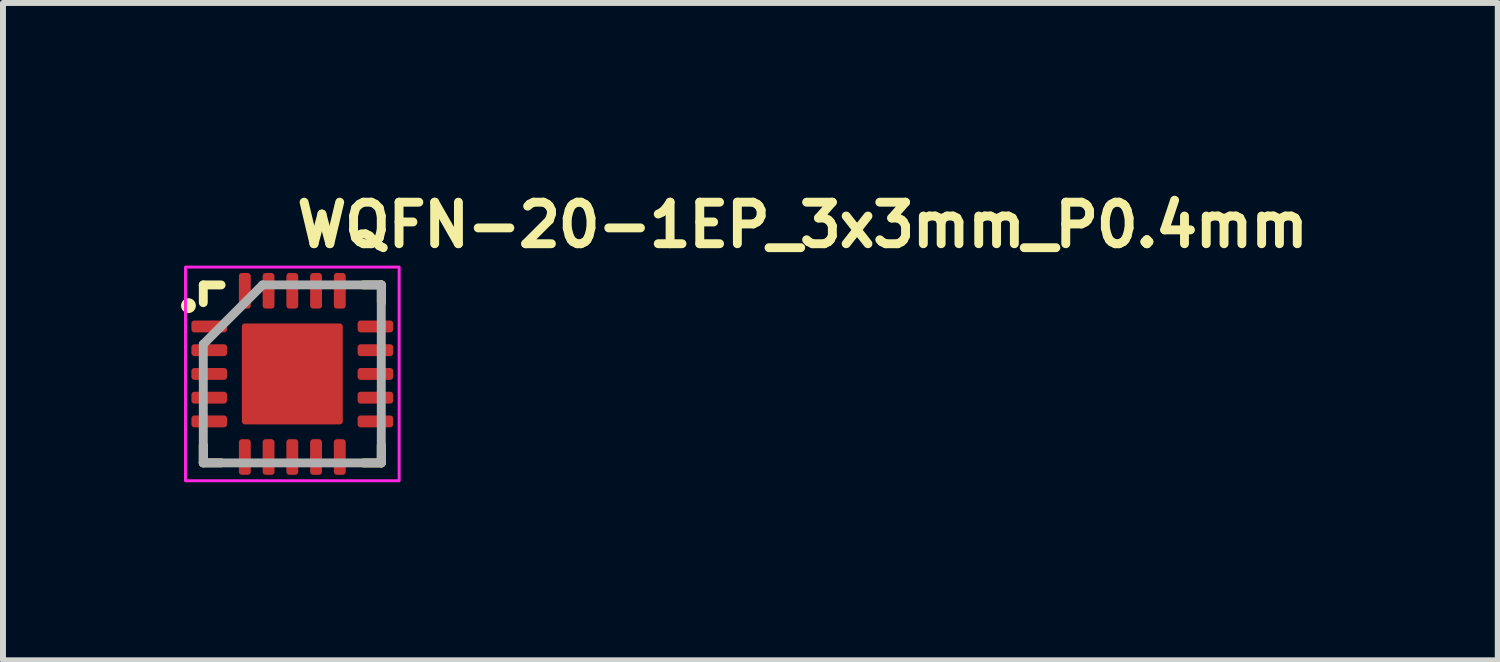
<source format=kicad_pcb>
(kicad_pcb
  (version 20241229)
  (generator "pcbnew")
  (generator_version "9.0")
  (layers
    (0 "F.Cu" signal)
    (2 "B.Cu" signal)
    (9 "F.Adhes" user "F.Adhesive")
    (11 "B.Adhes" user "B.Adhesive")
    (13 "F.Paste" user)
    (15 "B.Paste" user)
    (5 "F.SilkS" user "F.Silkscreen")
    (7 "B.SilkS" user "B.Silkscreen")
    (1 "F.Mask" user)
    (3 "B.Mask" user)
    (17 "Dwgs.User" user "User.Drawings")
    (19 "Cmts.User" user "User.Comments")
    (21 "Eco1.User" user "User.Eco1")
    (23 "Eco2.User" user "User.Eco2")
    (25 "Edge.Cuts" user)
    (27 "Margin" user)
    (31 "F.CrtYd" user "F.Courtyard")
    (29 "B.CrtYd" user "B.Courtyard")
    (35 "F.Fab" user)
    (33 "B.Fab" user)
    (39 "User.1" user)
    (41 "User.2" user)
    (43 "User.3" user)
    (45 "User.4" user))
  (footprint "WQFN-20-1EP_3x3mm_P0.4mm"
    (layer "F.Cu")
    (at 1.875 3.25)
    (property "Reference" "WQFN-20-1EP_3x3mm_P0.4mm" (at 0 -2.1 0) (layer "F.SilkS") (effects (font (size 0.7 0.7) (thickness 0.15)) (justify left bottom)))
    (attr smd)
    (fp_line (start -1.5 -1.499) (end -1.2 -1.499) (stroke (width 0.15) (type solid)) (layer "F.SilkS"))
    (fp_line (start -1.5 -1.201) (end -1.5 -1.499) (stroke (width 0.15) (type solid)) (layer "F.SilkS"))
    (fp_line (start -1.5 1.498) (end -1.5 1.2) (stroke (width 0.15) (type solid)) (layer "F.SilkS"))
    (fp_line (start -1.2 1.498) (end -1.5 1.498) (stroke (width 0.15) (type solid)) (layer "F.SilkS"))
    (fp_line (start 1.201 1.5) (end 1.499 1.5) (stroke (width 0.15) (type solid)) (layer "F.SilkS"))
    (fp_line (start 1.202 -1.5) (end 1.5 -1.5) (stroke (width 0.15) (type solid)) (layer "F.SilkS"))
    (fp_line (start 1.499 1.5) (end 1.499 1.202) (stroke (width 0.15) (type solid)) (layer "F.SilkS"))
    (fp_line (start 1.5 -1.5) (end 1.5 -1.2) (stroke (width 0.15) (type solid)) (layer "F.SilkS"))
    (fp_circle (center -1.75 -1.15) (end -1.7 -1.15) (stroke (width 0.15) (type solid)) (fill yes) (layer "F.SilkS"))
    (fp_rect (start -1.8 -1.8) (end 1.8 1.8) (stroke (width 0.05) (type solid)) (fill no) (layer "F.CrtYd"))
    (fp_line (start -1.5 -0.5) (end -1.5 1.499) (stroke (width 0.15) (type solid)) (layer "F.Fab"))
    (fp_line (start -1.5 1.499) (end 1.499 1.499) (stroke (width 0.15) (type solid)) (layer "F.Fab"))
    (fp_line (start -0.5 -1.5) (end -1.5 -0.5) (stroke (width 0.15) (type solid)) (layer "F.Fab"))
    (fp_line (start 1.499 -1.5) (end -0.5 -1.5) (stroke (width 0.15) (type solid)) (layer "F.Fab"))
    (fp_line (start 1.499 1.499) (end 1.499 -1.5) (stroke (width 0.15) (type solid)) (layer "F.Fab"))
    (fp_rect (start -1.5 -1.5) (end 1.499 1.499) (stroke (width 0.1) (type solid)) (fill no) (layer "User.5"))
    (fp_rect (start -1.5 -1.5) (end 1.499 1.499) (stroke (width 0.1) (type solid)) (fill no) (layer "User.5"))
    (fp_line (start -1.5 -0.952) (end -1.5 -0.85) (stroke (width 0.02) (type solid)) (layer "User.9"))
    (fp_line (start -1.5 -0.85) (end -1.45 -0.85) (stroke (width 0.02) (type solid)) (layer "User.9"))
    (fp_line (start -1.5 -0.5) (end -1.5 -0.403) (stroke (width 0.02) (type solid)) (layer "User.9"))
    (fp_line (start -1.5 -0.403) (end -1.45 -0.403) (stroke (width 0.02) (type solid)) (layer "User.9"))
    (fp_line (start -1.5 -0.053) (end -1.5 0.05) (stroke (width 0.02) (type solid)) (layer "User.9"))
    (fp_line (start -1.5 0.05) (end -1.45 0.05) (stroke (width 0.02) (type solid)) (layer "User.9"))
    (fp_line (start -1.5 0.4) (end -1.5 0.497) (stroke (width 0.02) (type solid)) (layer "User.9"))
    (fp_line (start -1.5 0.497) (end -1.45 0.497) (stroke (width 0.02) (type solid)) (layer "User.9"))
    (fp_line (start -1.5 0.847) (end -1.5 0.949) (stroke (width 0.02) (type solid)) (layer "User.9"))
    (fp_line (start -1.5 0.949) (end -1.45 0.949) (stroke (width 0.02) (type solid)) (layer "User.9"))
    (fp_line (start -1.45 -1.45) (end -1.45 1.449) (stroke (width 0.02) (type solid)) (layer "User.9"))
    (fp_line (start -1.45 -1.45) (end 1.449 -1.45) (stroke (width 0.02) (type solid)) (layer "User.9"))
    (fp_line (start -1.45 -0.952) (end -1.5 -0.952) (stroke (width 0.02) (type solid)) (layer "User.9"))
    (fp_line (start -1.45 -0.5) (end -1.5 -0.5) (stroke (width 0.02) (type solid)) (layer "User.9"))
    (fp_line (start -1.45 -0.053) (end -1.5 -0.053) (stroke (width 0.02) (type solid)) (layer "User.9"))
    (fp_line (start -1.45 0.4) (end -1.5 0.4) (stroke (width 0.02) (type solid)) (layer "User.9"))
    (fp_line (start -1.45 0.847) (end -1.5 0.847) (stroke (width 0.02) (type solid)) (layer "User.9"))
    (fp_line (start -1.45 1.449) (end 1.449 1.449) (stroke (width 0.02) (type solid)) (layer "User.9"))
    (fp_line (start -1.101 -1.012) (end -1.101 -1.006) (stroke (width 0.02) (type solid)) (layer "User.9"))
    (fp_line (start -1.101 -1.006) (end -1.101 -1) (stroke (width 0.02) (type solid)) (layer "User.9"))
    (fp_line (start -1.101 -1) (end -1.101 -1) (stroke (width 0.02) (type solid)) (layer "User.9"))
    (fp_line (start -1.101 -1) (end -1.101 -0.995) (stroke (width 0.02) (type solid)) (layer "User.9"))
    (fp_line (start -1.101 -0.995) (end -1.101 -0.99) (stroke (width 0.02) (type solid)) (layer "User.9"))
    (fp_line (start -1.101 -0.99) (end -1.099 -0.985) (stroke (width 0.02) (type solid)) (layer "User.9"))
    (fp_line (start -1.099 -1.022) (end -1.099 -1.016) (stroke (width 0.02) (type solid)) (layer "User.9"))
    (fp_line (start -1.099 -1.016) (end -1.101 -1.012) (stroke (width 0.02) (type solid)) (layer "User.9"))
    (fp_line (start -1.099 -0.985) (end -1.099 -0.98) (stroke (width 0.02) (type solid)) (layer "User.9"))
    (fp_line (start -1.099 -0.98) (end -1.097 -0.976) (stroke (width 0.02) (type solid)) (layer "User.9"))
    (fp_line (start -1.097 -1.031) (end -1.097 -1.025) (stroke (width 0.02) (type solid)) (layer "User.9"))
    (fp_line (start -1.097 -1.025) (end -1.099 -1.022) (stroke (width 0.02) (type solid)) (layer "User.9"))
    (fp_line (start -1.097 -0.976) (end -1.097 -0.971) (stroke (width 0.02) (type solid)) (layer "User.9"))
    (fp_line (start -1.097 -0.971) (end -1.095 -0.966) (stroke (width 0.02) (type solid)) (layer "User.9"))
    (fp_line (start -1.095 -1.035) (end -1.097 -1.031) (stroke (width 0.02) (type solid)) (layer "User.9"))
    (fp_line (start -1.095 -0.966) (end -1.093 -0.962) (stroke (width 0.02) (type solid)) (layer "User.9"))
    (fp_line (start -1.093 -1.039) (end -1.095 -1.035) (stroke (width 0.02) (type solid)) (layer "User.9"))
    (fp_line (start -1.093 -0.962) (end -1.091 -0.959) (stroke (width 0.02) (type solid)) (layer "User.9"))
    (fp_line (start -1.091 -1.045) (end -1.093 -1.039) (stroke (width 0.02) (type solid)) (layer "User.9"))
    (fp_line (start -1.091 -0.959) (end -1.089 -0.955) (stroke (width 0.02) (type solid)) (layer "User.9"))
    (fp_line (start -1.089 -1.049) (end -1.091 -1.045) (stroke (width 0.02) (type solid)) (layer "User.9"))
    (fp_line (start -1.089 -0.955) (end -1.087 -0.951) (stroke (width 0.02) (type solid)) (layer "User.9"))
    (fp_line (start -1.087 -1.053) (end -1.089 -1.049) (stroke (width 0.02) (type solid)) (layer "User.9"))
    (fp_line (start -1.087 -0.951) (end -1.083 -0.947) (stroke (width 0.02) (type solid)) (layer "User.9"))
    (fp_line (start -1.083 -1.057) (end -1.087 -1.053) (stroke (width 0.02) (type solid)) (layer "User.9"))
    (fp_line (start -1.083 -0.947) (end -1.081 -0.943) (stroke (width 0.02) (type solid)) (layer "User.9"))
    (fp_line (start -1.081 -1.061) (end -1.083 -1.057) (stroke (width 0.02) (type solid)) (layer "User.9"))
    (fp_line (start -1.081 -0.943) (end -1.079 -0.939) (stroke (width 0.02) (type solid)) (layer "User.9"))
    (fp_line (start -1.079 -1.065) (end -1.081 -1.061) (stroke (width 0.02) (type solid)) (layer "User.9"))
    (fp_line (start -1.079 -0.939) (end -1.075 -0.935) (stroke (width 0.02) (type solid)) (layer "User.9"))
    (fp_line (start -1.075 -1.069) (end -1.079 -1.065) (stroke (width 0.02) (type solid)) (layer "User.9"))
    (fp_line (start -1.075 -0.935) (end -1.071 -0.932) (stroke (width 0.02) (type solid)) (layer "User.9"))
    (fp_line (start -1.071 -1.071) (end -1.075 -1.069) (stroke (width 0.02) (type solid)) (layer "User.9"))
    (fp_line (start -1.071 -0.932) (end -1.069 -0.928) (stroke (width 0.02) (type solid)) (layer "User.9"))
    (fp_line (start -1.069 -1.075) (end -1.071 -1.071) (stroke (width 0.02) (type solid)) (layer "User.9"))
    (fp_line (start -1.069 -0.928) (end -1.065 -0.925) (stroke (width 0.02) (type solid)) (layer "User.9"))
    (fp_line (start -1.065 -1.079) (end -1.069 -1.075) (stroke (width 0.02) (type solid)) (layer "User.9"))
    (fp_line (start -1.065 -0.925) (end -1.061 -0.922) (stroke (width 0.02) (type solid)) (layer "User.9"))
    (fp_line (start -1.061 -1.081) (end -1.065 -1.079) (stroke (width 0.02) (type solid)) (layer "User.9"))
    (fp_line (start -1.061 -0.922) (end -1.057 -0.92) (stroke (width 0.02) (type solid)) (layer "User.9"))
    (fp_line (start -1.057 -1.083) (end -1.061 -1.081) (stroke (width 0.02) (type solid)) (layer "User.9"))
    (fp_line (start -1.057 -0.92) (end -1.053 -0.917) (stroke (width 0.02) (type solid)) (layer "User.9"))
    (fp_line (start -1.053 -1.087) (end -1.057 -1.083) (stroke (width 0.02) (type solid)) (layer "User.9"))
    (fp_line (start -1.053 -0.917) (end -1.049 -0.915) (stroke (width 0.02) (type solid)) (layer "User.9"))
    (fp_line (start -1.049 -1.089) (end -1.053 -1.087) (stroke (width 0.02) (type solid)) (layer "User.9"))
    (fp_line (start -1.049 -0.915) (end -1.045 -0.912) (stroke (width 0.02) (type solid)) (layer "User.9"))
    (fp_line (start -1.045 -1.091) (end -1.049 -1.089) (stroke (width 0.02) (type solid)) (layer "User.9"))
    (fp_line (start -1.045 -0.912) (end -1.039 -0.91) (stroke (width 0.02) (type solid)) (layer "User.9"))
    (fp_line (start -1.039 -1.093) (end -1.045 -1.091) (stroke (width 0.02) (type solid)) (layer "User.9"))
    (fp_line (start -1.039 -0.91) (end -1.035 -0.909) (stroke (width 0.02) (type solid)) (layer "User.9"))
    (fp_line (start -1.035 -1.095) (end -1.039 -1.093) (stroke (width 0.02) (type solid)) (layer "User.9"))
    (fp_line (start -1.035 -0.909) (end -1.031 -0.907) (stroke (width 0.02) (type solid)) (layer "User.9"))
    (fp_line (start -1.031 -1.097) (end -1.035 -1.095) (stroke (width 0.02) (type solid)) (layer "User.9"))
    (fp_line (start -1.031 -0.907) (end -1.025 -0.906) (stroke (width 0.02) (type solid)) (layer "User.9"))
    (fp_line (start -1.025 -1.097) (end -1.031 -1.097) (stroke (width 0.02) (type solid)) (layer "User.9"))
    (fp_line (start -1.025 -0.906) (end -1.022 -0.905) (stroke (width 0.02) (type solid)) (layer "User.9"))
    (fp_line (start -1.022 -1.099) (end -1.025 -1.097) (stroke (width 0.02) (type solid)) (layer "User.9"))
    (fp_line (start -1.022 -0.905) (end -1.016 -0.904) (stroke (width 0.02) (type solid)) (layer "User.9"))
    (fp_line (start -1.016 -1.099) (end -1.022 -1.099) (stroke (width 0.02) (type solid)) (layer "User.9"))
    (fp_line (start -1.016 -0.904) (end -1.012 -0.903) (stroke (width 0.02) (type solid)) (layer "User.9"))
    (fp_line (start -1.012 -1.101) (end -1.016 -1.099) (stroke (width 0.02) (type solid)) (layer "User.9"))
    (fp_line (start -1.012 -0.903) (end -1.006 -0.903) (stroke (width 0.02) (type solid)) (layer "User.9"))
    (fp_line (start -1.006 -1.101) (end -1.012 -1.101) (stroke (width 0.02) (type solid)) (layer "User.9"))
    (fp_line (start -1.006 -0.903) (end -1 -0.903) (stroke (width 0.02) (type solid)) (layer "User.9"))
    (fp_line (start -1 -1.101) (end -1.006 -1.101) (stroke (width 0.02) (type solid)) (layer "User.9"))
    (fp_line (start -1 -1.101) (end -1 -1.101) (stroke (width 0.02) (type solid)) (layer "User.9"))
    (fp_line (start -1 -0.903) (end -1 -0.903) (stroke (width 0.02) (type solid)) (layer "User.9"))
    (fp_line (start -1 -0.903) (end -0.995 -0.903) (stroke (width 0.02) (type solid)) (layer "User.9"))
    (fp_line (start -0.995 -1.101) (end -1 -1.101) (stroke (width 0.02) (type solid)) (layer "User.9"))
    (fp_line (start -0.995 -0.903) (end -0.99 -0.903) (stroke (width 0.02) (type solid)) (layer "User.9"))
    (fp_line (start -0.99 -1.101) (end -0.995 -1.101) (stroke (width 0.02) (type solid)) (layer "User.9"))
    (fp_line (start -0.99 -0.903) (end -0.985 -0.904) (stroke (width 0.02) (type solid)) (layer "User.9"))
    (fp_line (start -0.985 -1.099) (end -0.99 -1.101) (stroke (width 0.02) (type solid)) (layer "User.9"))
    (fp_line (start -0.985 -0.904) (end -0.98 -0.905) (stroke (width 0.02) (type solid)) (layer "User.9"))
    (fp_line (start -0.98 -1.099) (end -0.985 -1.099) (stroke (width 0.02) (type solid)) (layer "User.9"))
    (fp_line (start -0.98 -0.905) (end -0.976 -0.906) (stroke (width 0.02) (type solid)) (layer "User.9"))
    (fp_line (start -0.976 -1.097) (end -0.98 -1.099) (stroke (width 0.02) (type solid)) (layer "User.9"))
    (fp_line (start -0.976 -0.906) (end -0.971 -0.907) (stroke (width 0.02) (type solid)) (layer "User.9"))
    (fp_line (start -0.971 -1.097) (end -0.976 -1.097) (stroke (width 0.02) (type solid)) (layer "User.9"))
    (fp_line (start -0.971 -0.907) (end -0.966 -0.909) (stroke (width 0.02) (type solid)) (layer "User.9"))
    (fp_line (start -0.966 -1.095) (end -0.971 -1.097) (stroke (width 0.02) (type solid)) (layer "User.9"))
    (fp_line (start -0.966 -0.909) (end -0.962 -0.91) (stroke (width 0.02) (type solid)) (layer "User.9"))
    (fp_line (start -0.962 -1.093) (end -0.966 -1.095) (stroke (width 0.02) (type solid)) (layer "User.9"))
    (fp_line (start -0.962 -0.91) (end -0.959 -0.912) (stroke (width 0.02) (type solid)) (layer "User.9"))
    (fp_line (start -0.959 -1.091) (end -0.962 -1.093) (stroke (width 0.02) (type solid)) (layer "User.9"))
    (fp_line (start -0.959 -0.912) (end -0.955 -0.915) (stroke (width 0.02) (type solid)) (layer "User.9"))
    (fp_line (start -0.955 -1.089) (end -0.959 -1.091) (stroke (width 0.02) (type solid)) (layer "User.9"))
    (fp_line (start -0.955 -0.915) (end -0.951 -0.917) (stroke (width 0.02) (type solid)) (layer "User.9"))
    (fp_line (start -0.952 -1.5) (end -0.952 -1.45) (stroke (width 0.02) (type solid)) (layer "User.9"))
    (fp_line (start -0.952 1.449) (end -0.952 1.499) (stroke (width 0.02) (type solid)) (layer "User.9"))
    (fp_line (start -0.952 1.499) (end -0.85 1.499) (stroke (width 0.02) (type solid)) (layer "User.9"))
    (fp_line (start -0.951 -1.087) (end -0.955 -1.089) (stroke (width 0.02) (type solid)) (layer "User.9"))
    (fp_line (start -0.951 -0.917) (end -0.947 -0.92) (stroke (width 0.02) (type solid)) (layer "User.9"))
    (fp_line (start -0.947 -1.083) (end -0.951 -1.087) (stroke (width 0.02) (type solid)) (layer "User.9"))
    (fp_line (start -0.947 -0.92) (end -0.943 -0.922) (stroke (width 0.02) (type solid)) (layer "User.9"))
    (fp_line (start -0.943 -1.081) (end -0.947 -1.083) (stroke (width 0.02) (type solid)) (layer "User.9"))
    (fp_line (start -0.943 -0.922) (end -0.939 -0.925) (stroke (width 0.02) (type solid)) (layer "User.9"))
    (fp_line (start -0.939 -1.079) (end -0.943 -1.081) (stroke (width 0.02) (type solid)) (layer "User.9"))
    (fp_line (start -0.939 -0.925) (end -0.935 -0.928) (stroke (width 0.02) (type solid)) (layer "User.9"))
    (fp_line (start -0.935 -1.075) (end -0.939 -1.079) (stroke (width 0.02) (type solid)) (layer "User.9"))
    (fp_line (start -0.935 -0.928) (end -0.932 -0.932) (stroke (width 0.02) (type solid)) (layer "User.9"))
    (fp_line (start -0.932 -1.071) (end -0.935 -1.075) (stroke (width 0.02) (type solid)) (layer "User.9"))
    (fp_line (start -0.932 -0.932) (end -0.928 -0.935) (stroke (width 0.02) (type solid)) (layer "User.9"))
    (fp_line (start -0.928 -1.069) (end -0.932 -1.071) (stroke (width 0.02) (type solid)) (layer "User.9"))
    (fp_line (start -0.928 -0.935) (end -0.925 -0.939) (stroke (width 0.02) (type solid)) (layer "User.9"))
    (fp_line (start -0.925 -1.065) (end -0.928 -1.069) (stroke (width 0.02) (type solid)) (layer "User.9"))
    (fp_line (start -0.925 -0.939) (end -0.922 -0.943) (stroke (width 0.02) (type solid)) (layer "User.9"))
    (fp_line (start -0.922 -1.061) (end -0.925 -1.065) (stroke (width 0.02) (type solid)) (layer "User.9"))
    (fp_line (start -0.922 -0.943) (end -0.92 -0.947) (stroke (width 0.02) (type solid)) (layer "User.9"))
    (fp_line (start -0.92 -1.057) (end -0.922 -1.061) (stroke (width 0.02) (type solid)) (layer "User.9"))
    (fp_line (start -0.92 -0.947) (end -0.917 -0.951) (stroke (width 0.02) (type solid)) (layer "User.9"))
    (fp_line (start -0.917 -1.053) (end -0.92 -1.057) (stroke (width 0.02) (type solid)) (layer "User.9"))
    (fp_line (start -0.917 -0.951) (end -0.915 -0.955) (stroke (width 0.02) (type solid)) (layer "User.9"))
    (fp_line (start -0.915 -1.049) (end -0.917 -1.053) (stroke (width 0.02) (type solid)) (layer "User.9"))
    (fp_line (start -0.915 -0.955) (end -0.912 -0.959) (stroke (width 0.02) (type solid)) (layer "User.9"))
    (fp_line (start -0.912 -1.045) (end -0.915 -1.049) (stroke (width 0.02) (type solid)) (layer "User.9"))
    (fp_line (start -0.912 -0.959) (end -0.91 -0.962) (stroke (width 0.02) (type solid)) (layer "User.9"))
    (fp_line (start -0.91 -1.039) (end -0.912 -1.045) (stroke (width 0.02) (type solid)) (layer "User.9"))
    (fp_line (start -0.91 -0.962) (end -0.909 -0.966) (stroke (width 0.02) (type solid)) (layer "User.9"))
    (fp_line (start -0.909 -1.035) (end -0.91 -1.039) (stroke (width 0.02) (type solid)) (layer "User.9"))
    (fp_line (start -0.909 -0.966) (end -0.907 -0.971) (stroke (width 0.02) (type solid)) (layer "User.9"))
    (fp_line (start -0.907 -1.031) (end -0.909 -1.035) (stroke (width 0.02) (type solid)) (layer "User.9"))
    (fp_line (start -0.907 -0.971) (end -0.906 -0.976) (stroke (width 0.02) (type solid)) (layer "User.9"))
    (fp_line (start -0.906 -1.025) (end -0.907 -1.031) (stroke (width 0.02) (type solid)) (layer "User.9"))
    (fp_line (start -0.906 -0.976) (end -0.905 -0.98) (stroke (width 0.02) (type solid)) (layer "User.9"))
    (fp_line (start -0.905 -1.022) (end -0.906 -1.025) (stroke (width 0.02) (type solid)) (layer "User.9"))
    (fp_line (start -0.905 -0.98) (end -0.904 -0.985) (stroke (width 0.02) (type solid)) (layer "User.9"))
    (fp_line (start -0.904 -1.016) (end -0.905 -1.022) (stroke (width 0.02) (type solid)) (layer "User.9"))
    (fp_line (start -0.904 -0.985) (end -0.903 -0.99) (stroke (width 0.02) (type solid)) (layer "User.9"))
    (fp_line (start -0.903 -1.012) (end -0.904 -1.016) (stroke (width 0.02) (type solid)) (layer "User.9"))
    (fp_line (start -0.903 -1.006) (end -0.903 -1.012) (stroke (width 0.02) (type solid)) (layer "User.9"))
    (fp_line (start -0.903 -1) (end -0.903 -1.006) (stroke (width 0.02) (type solid)) (layer "User.9"))
    (fp_line (start -0.903 -1) (end -0.903 -1) (stroke (width 0.02) (type solid)) (layer "User.9"))
    (fp_line (start -0.903 -1) (end -0.903 -1) (stroke (width 0.02) (type solid)) (layer "User.9"))
    (fp_line (start -0.903 -0.995) (end -0.903 -1) (stroke (width 0.02) (type solid)) (layer "User.9"))
    (fp_line (start -0.903 -0.99) (end -0.903 -0.995) (stroke (width 0.02) (type solid)) (layer "User.9"))
    (fp_line (start -0.85 -1.5) (end -0.952 -1.5) (stroke (width 0.02) (type solid)) (layer "User.9"))
    (fp_line (start -0.85 -1.45) (end -0.85 -1.5) (stroke (width 0.02) (type solid)) (layer "User.9"))
    (fp_line (start -0.85 1.499) (end -0.85 1.449) (stroke (width 0.02) (type solid)) (layer "User.9"))
    (fp_line (start -0.5 -1.5) (end -0.5 -1.45) (stroke (width 0.02) (type solid)) (layer "User.9"))
    (fp_line (start -0.5 1.449) (end -0.5 1.499) (stroke (width 0.02) (type solid)) (layer "User.9"))
    (fp_line (start -0.5 1.499) (end -0.403 1.499) (stroke (width 0.02) (type solid)) (layer "User.9"))
    (fp_line (start -0.403 -1.5) (end -0.5 -1.5) (stroke (width 0.02) (type solid)) (layer "User.9"))
    (fp_line (start -0.403 -1.45) (end -0.403 -1.5) (stroke (width 0.02) (type solid)) (layer "User.9"))
    (fp_line (start -0.403 1.499) (end -0.403 1.449) (stroke (width 0.02) (type solid)) (layer "User.9"))
    (fp_line (start -0.053 -1.5) (end -0.053 -1.45) (stroke (width 0.02) (type solid)) (layer "User.9"))
    (fp_line (start -0.053 1.449) (end -0.053 1.499) (stroke (width 0.02) (type solid)) (layer "User.9"))
    (fp_line (start -0.053 1.499) (end 0.05 1.499) (stroke (width 0.02) (type solid)) (layer "User.9"))
    (fp_line (start 0.05 -1.5) (end -0.053 -1.5) (stroke (width 0.02) (type solid)) (layer "User.9"))
    (fp_line (start 0.05 -1.45) (end 0.05 -1.5) (stroke (width 0.02) (type solid)) (layer "User.9"))
    (fp_line (start 0.05 1.499) (end 0.05 1.449) (stroke (width 0.02) (type solid)) (layer "User.9"))
    (fp_line (start 0.4 -1.5) (end 0.4 -1.45) (stroke (width 0.02) (type solid)) (layer "User.9"))
    (fp_line (start 0.4 1.449) (end 0.4 1.499) (stroke (width 0.02) (type solid)) (layer "User.9"))
    (fp_line (start 0.4 1.499) (end 0.497 1.499) (stroke (width 0.02) (type solid)) (layer "User.9"))
    (fp_line (start 0.497 -1.5) (end 0.4 -1.5) (stroke (width 0.02) (type solid)) (layer "User.9"))
    (fp_line (start 0.497 -1.45) (end 0.497 -1.5) (stroke (width 0.02) (type solid)) (layer "User.9"))
    (fp_line (start 0.497 1.499) (end 0.497 1.449) (stroke (width 0.02) (type solid)) (layer "User.9"))
    (fp_line (start 0.847 -1.5) (end 0.847 -1.45) (stroke (width 0.02) (type solid)) (layer "User.9"))
    (fp_line (start 0.847 1.449) (end 0.847 1.499) (stroke (width 0.02) (type solid)) (layer "User.9"))
    (fp_line (start 0.847 1.499) (end 0.949 1.499) (stroke (width 0.02) (type solid)) (layer "User.9"))
    (fp_line (start 0.949 -1.5) (end 0.847 -1.5) (stroke (width 0.02) (type solid)) (layer "User.9"))
    (fp_line (start 0.949 -1.45) (end 0.949 -1.5) (stroke (width 0.02) (type solid)) (layer "User.9"))
    (fp_line (start 0.949 1.499) (end 0.949 1.449) (stroke (width 0.02) (type solid)) (layer "User.9"))
    (fp_line (start 1.449 -1.45) (end 1.449 1.449) (stroke (width 0.02) (type solid)) (layer "User.9"))
    (fp_line (start 1.449 -0.85) (end 1.499 -0.85) (stroke (width 0.02) (type solid)) (layer "User.9"))
    (fp_line (start 1.449 -0.403) (end 1.499 -0.403) (stroke (width 0.02) (type solid)) (layer "User.9"))
    (fp_line (start 1.449 0.05) (end 1.499 0.05) (stroke (width 0.02) (type solid)) (layer "User.9"))
    (fp_line (start 1.449 0.497) (end 1.499 0.497) (stroke (width 0.02) (type solid)) (layer "User.9"))
    (fp_line (start 1.449 0.949) (end 1.499 0.949) (stroke (width 0.02) (type solid)) (layer "User.9"))
    (fp_line (start 1.499 -0.952) (end 1.449 -0.952) (stroke (width 0.02) (type solid)) (layer "User.9"))
    (fp_line (start 1.499 -0.85) (end 1.499 -0.952) (stroke (width 0.02) (type solid)) (layer "User.9"))
    (fp_line (start 1.499 -0.5) (end 1.449 -0.5) (stroke (width 0.02) (type solid)) (layer "User.9"))
    (fp_line (start 1.499 -0.403) (end 1.499 -0.5) (stroke (width 0.02) (type solid)) (layer "User.9"))
    (fp_line (start 1.499 -0.053) (end 1.449 -0.053) (stroke (width 0.02) (type solid)) (layer "User.9"))
    (fp_line (start 1.499 0.05) (end 1.499 -0.053) (stroke (width 0.02) (type solid)) (layer "User.9"))
    (fp_line (start 1.499 0.4) (end 1.449 0.4) (stroke (width 0.02) (type solid)) (layer "User.9"))
    (fp_line (start 1.499 0.497) (end 1.499 0.4) (stroke (width 0.02) (type solid)) (layer "User.9"))
    (fp_line (start 1.499 0.847) (end 1.449 0.847) (stroke (width 0.02) (type solid)) (layer "User.9"))
    (fp_line (start 1.499 0.949) (end 1.499 0.847) (stroke (width 0.02) (type solid)) (layer "User.9"))
    (pad "1" smd roundrect (at -1.4 -0.8 90) (size 0.2 0.6) (layers "F.Cu" "F.Mask" "F.Paste") (roundrect_rratio 0.25))
    (pad "2" smd roundrect (at -1.4 -0.4 90) (size 0.2 0.6) (layers "F.Cu" "F.Mask" "F.Paste") (roundrect_rratio 0.25))
    (pad "3" smd roundrect (at -1.4 0 90) (size 0.2 0.6) (layers "F.Cu" "F.Mask" "F.Paste") (roundrect_rratio 0.25))
    (pad "4" smd roundrect (at -1.4 0.4 90) (size 0.2 0.6) (layers "F.Cu" "F.Mask" "F.Paste") (roundrect_rratio 0.25))
    (pad "5" smd roundrect (at -1.4 0.8 90) (size 0.2 0.6) (layers "F.Cu" "F.Mask" "F.Paste") (roundrect_rratio 0.25))
    (pad "6" smd roundrect (at -0.8 1.4) (size 0.2 0.6) (layers "F.Cu" "F.Mask" "F.Paste") (roundrect_rratio 0.25))
    (pad "7" smd roundrect (at -0.4 1.4) (size 0.2 0.6) (layers "F.Cu" "F.Mask" "F.Paste") (roundrect_rratio 0.25))
    (pad "8" smd roundrect (at 0 1.4) (size 0.2 0.6) (layers "F.Cu" "F.Mask" "F.Paste") (roundrect_rratio 0.25))
    (pad "9" smd roundrect (at 0.4 1.4) (size 0.2 0.6) (layers "F.Cu" "F.Mask" "F.Paste") (roundrect_rratio 0.25))
    (pad "10" smd roundrect (at 0.8 1.4) (size 0.2 0.6) (layers "F.Cu" "F.Mask" "F.Paste") (roundrect_rratio 0.25))
    (pad "11" smd roundrect (at 1.4 0.8 90) (size 0.2 0.6) (layers "F.Cu" "F.Mask" "F.Paste") (roundrect_rratio 0.25))
    (pad "12" smd roundrect (at 1.4 0.4 90) (size 0.2 0.6) (layers "F.Cu" "F.Mask" "F.Paste") (roundrect_rratio 0.25))
    (pad "13" smd roundrect (at 1.4 0 90) (size 0.2 0.6) (layers "F.Cu" "F.Mask" "F.Paste") (roundrect_rratio 0.25))
    (pad "14" smd roundrect (at 1.4 -0.4 90) (size 0.2 0.6) (layers "F.Cu" "F.Mask" "F.Paste") (roundrect_rratio 0.25))
    (pad "15" smd roundrect (at 1.4 -0.8 90) (size 0.2 0.6) (layers "F.Cu" "F.Mask" "F.Paste") (roundrect_rratio 0.25))
    (pad "16" smd roundrect (at 0.8 -1.4) (size 0.2 0.6) (layers "F.Cu" "F.Mask" "F.Paste") (roundrect_rratio 0.25))
    (pad "17" smd roundrect (at 0.4 -1.4) (size 0.2 0.6) (layers "F.Cu" "F.Mask" "F.Paste") (roundrect_rratio 0.25))
    (pad "18" smd roundrect (at 0 -1.4) (size 0.2 0.6) (layers "F.Cu" "F.Mask" "F.Paste") (roundrect_rratio 0.25))
    (pad "19" smd roundrect (at -0.4 -1.4) (size 0.2 0.6) (layers "F.Cu" "F.Mask" "F.Paste") (roundrect_rratio 0.25))
    (pad "20" smd roundrect (at -0.8 -1.4) (size 0.2 0.6) (layers "F.Cu" "F.Mask" "F.Paste") (roundrect_rratio 0.25))
    (pad "21" smd roundrect (at 0 0) (size 1.7 1.7) (layers "F.Cu" "F.Mask" "F.Paste") (roundrect_rratio 0.029)))
  (gr_rect
    (start -3 -3)
    (end 22.185 8.075)
    (stroke (width 0.1) (type default))
    (fill no)
    (layer "Edge.Cuts")))
</source>
